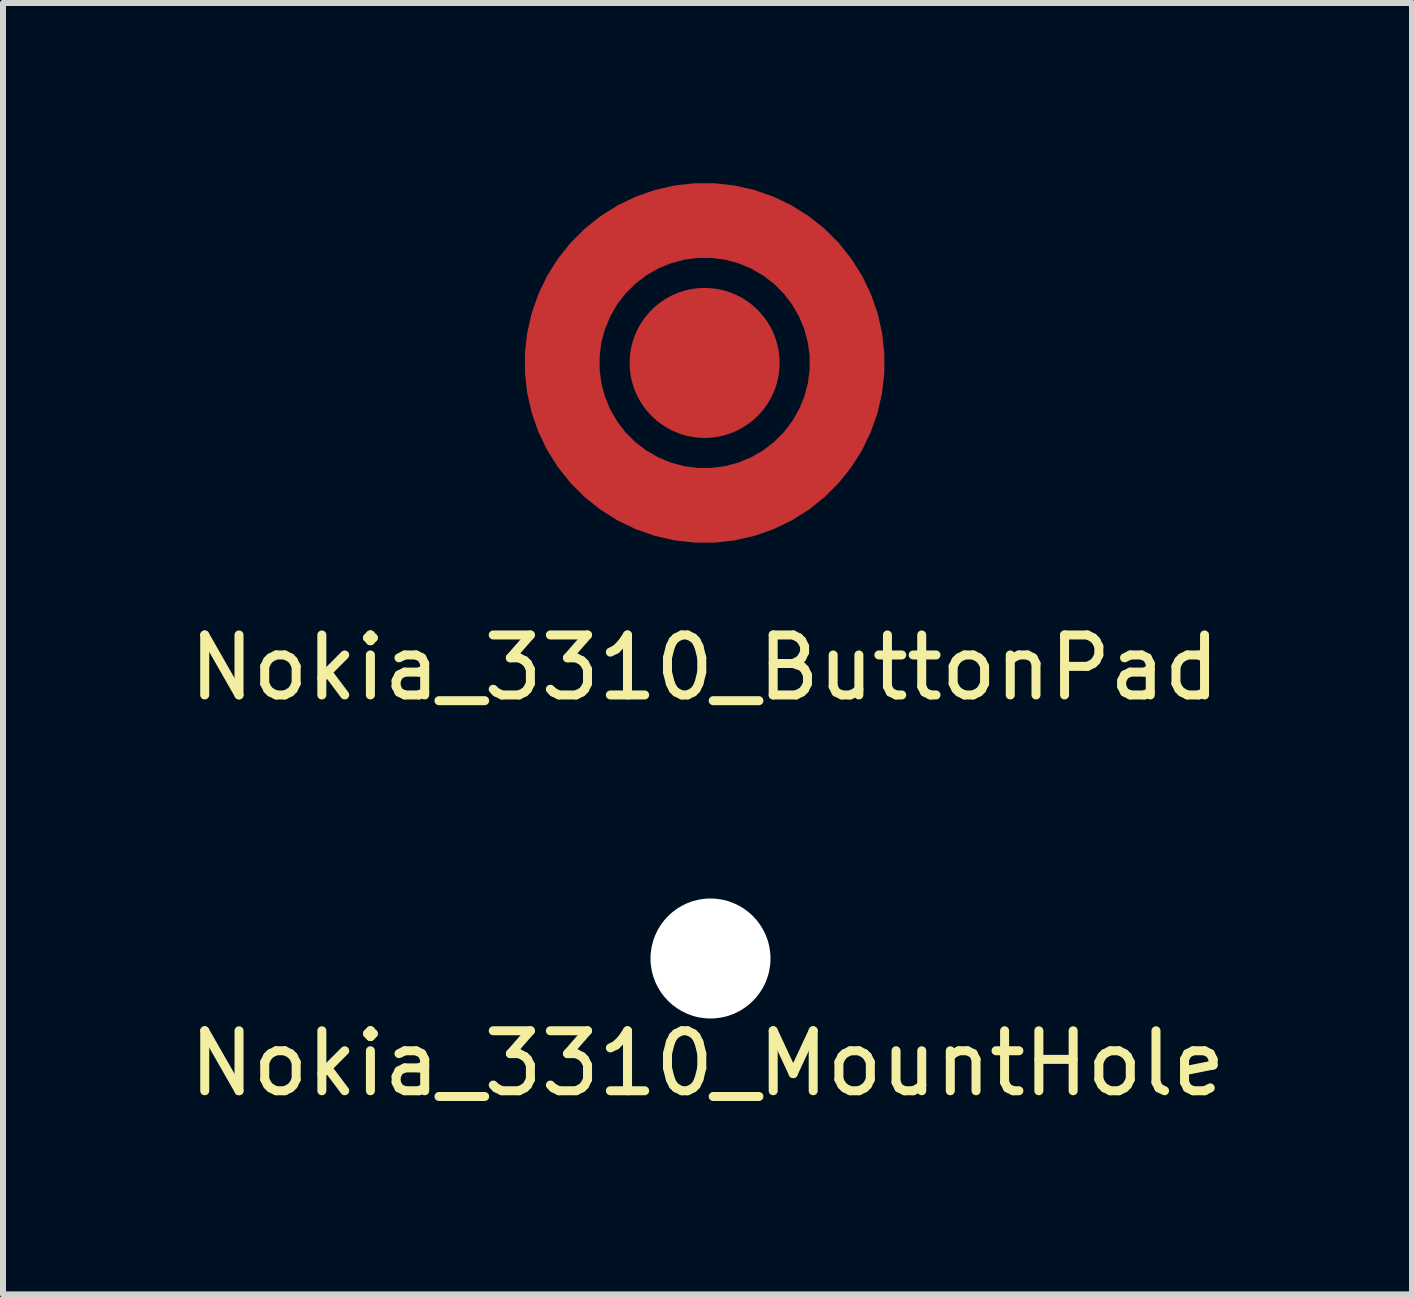
<source format=kicad_pcb>
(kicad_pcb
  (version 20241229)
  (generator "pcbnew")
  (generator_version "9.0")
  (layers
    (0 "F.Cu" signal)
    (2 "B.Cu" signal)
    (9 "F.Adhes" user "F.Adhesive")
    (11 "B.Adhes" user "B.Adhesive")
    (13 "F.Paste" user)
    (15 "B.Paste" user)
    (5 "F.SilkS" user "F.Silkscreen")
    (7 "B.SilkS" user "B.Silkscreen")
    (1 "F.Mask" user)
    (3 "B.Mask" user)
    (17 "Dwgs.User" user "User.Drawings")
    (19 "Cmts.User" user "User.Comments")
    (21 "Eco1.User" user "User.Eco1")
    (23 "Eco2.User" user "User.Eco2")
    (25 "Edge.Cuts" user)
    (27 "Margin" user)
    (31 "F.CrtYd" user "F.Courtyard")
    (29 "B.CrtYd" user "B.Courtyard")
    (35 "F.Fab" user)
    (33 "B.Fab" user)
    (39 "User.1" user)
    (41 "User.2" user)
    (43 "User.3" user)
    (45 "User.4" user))
  (footprint "Nokia_3310_ButtonPad"
    (layer "F.Cu")
    (at 8.696 3)
    (property "Reference" "Nokia_3310_ButtonPad" (at 0 5.08 0) (layer "F.SilkS") (effects (font (size 1 1) (thickness 0.15))))
    (attr through_hole)
    (pad "1" smd custom (at 2.375 0) (size 1.25 1.25) (layers "F.Cu" "F.Mask" "F.Paste") (options (anchor circle)) (primitives (gr_circle (center -2.375 0) (end 0 0) (width 1.25) (fill no))))
    (pad "2" smd circle (at 0 0) (size 2.5 2.5) (layers "F.Cu" "F.Mask" "F.Paste")))
  (footprint "Nokia_3310_MountHole"
    (layer "F.Cu")
    (at 8.794 12.928)
    (property "Reference" "Nokia_3310_MountHole" (at -0.05 1.75 0) (layer "F.SilkS") (effects (font (size 1 1) (thickness 0.15))))
    (attr through_hole)
    (pad "" np_thru_hole circle (at 0 0) (size 2 2) (drill 2) (layers "*.Cu" "*.Mask")))
  (gr_rect
    (start -3 -3)
    (end 20.488 18.527)
    (stroke (width 0.1) (type default))
    (fill no)
    (layer "Edge.Cuts")))
</source>
